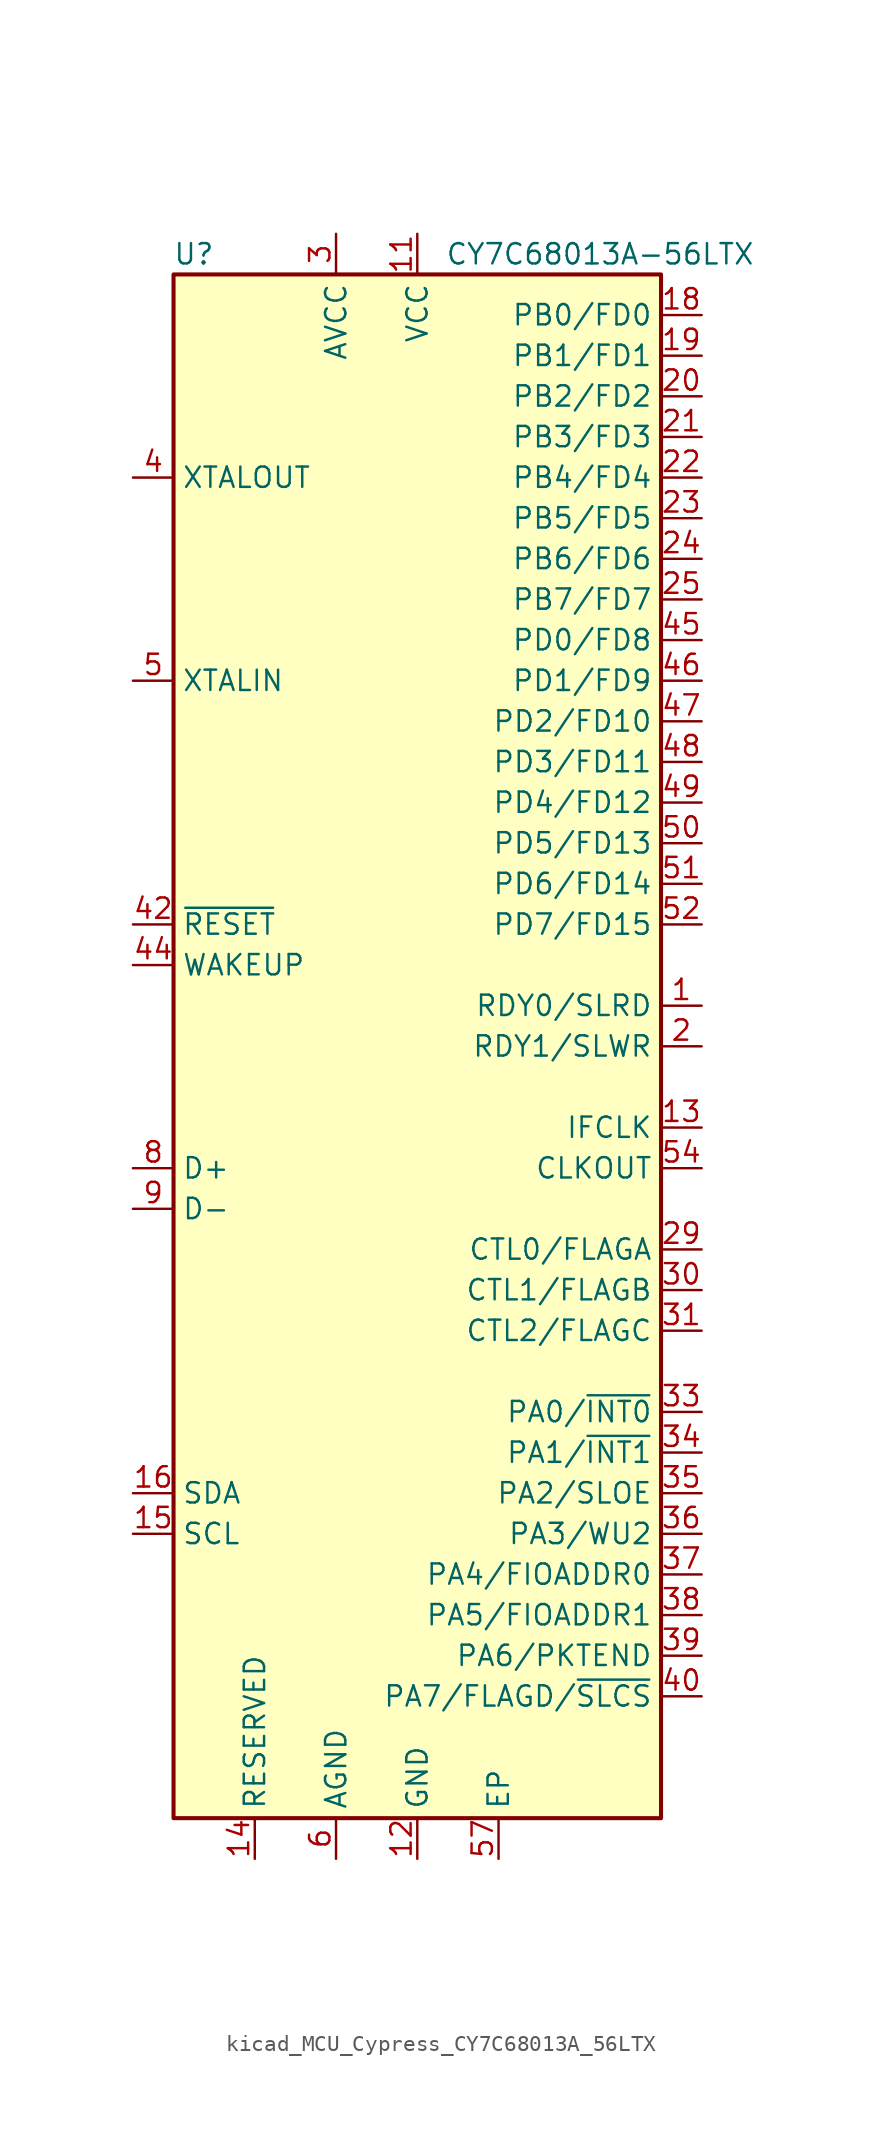
<source format=kicad_sym>
(kicad_symbol_lib
  (version 20220914)
  (generator kicad_symbol_editor)
  (symbol "kicad_MCU_Cypress_CY7C68013A_56LTX"
    (property "Reference" "U"
      (at -13.97 49.53 0)
      (effects (font (size 1.27 1.27))))
    (property "Value" "CY7C68013A-56LTX"
      (at 11.43 49.53 0)
      (effects (font (size 1.27 1.27))))
    (symbol "kicad_MCU_Cypress_CY7C68013A_56LTX_0_1"
      (rectangle (start -15.24 48.26) (end 15.24 -48.26) (stroke (width 0.254) (type default)) (fill (type background))))
    (symbol "kicad_MCU_Cypress_CY7C68013A_56LTX_1_1"
      (pin input line (at 17.78 2.54 180) (length 2.54) (name "RDY0/SLRD" (effects (font (size 1.27 1.27)))) (number "1" (effects (font (size 1.27 1.27)))))
      (pin passive line (at -5.08 -50.8 90) (length 2.54) hide (name "AGND" (effects (font (size 1.27 1.27)))) (number "10" (effects (font (size 1.27 1.27)))))
      (pin power_in line (at 0 50.8 270) (length 2.54) (name "VCC" (effects (font (size 1.27 1.27)))) (number "11" (effects (font (size 1.27 1.27)))))
      (pin power_in line (at 0 -50.8 90) (length 2.54) (name "GND" (effects (font (size 1.27 1.27)))) (number "12" (effects (font (size 1.27 1.27)))))
      (pin bidirectional line (at 17.78 -5.08 180) (length 2.54) (name "IFCLK" (effects (font (size 1.27 1.27)))) (number "13" (effects (font (size 1.27 1.27)))))
      (pin input line (at -10.16 -50.8 90) (length 2.54) (name "RESERVED" (effects (font (size 1.27 1.27)))) (number "14" (effects (font (size 1.27 1.27)))))
      (pin input line (at -17.78 -30.48 0) (length 2.54) (name "SCL" (effects (font (size 1.27 1.27)))) (number "15" (effects (font (size 1.27 1.27)))))
      (pin bidirectional line (at -17.78 -27.94 0) (length 2.54) (name "SDA" (effects (font (size 1.27 1.27)))) (number "16" (effects (font (size 1.27 1.27)))))
      (pin passive line (at 0 50.8 270) (length 2.54) hide (name "VCC" (effects (font (size 1.27 1.27)))) (number "17" (effects (font (size 1.27 1.27)))))
      (pin bidirectional line (at 17.78 45.72 180) (length 2.54) (name "PB0/FD0" (effects (font (size 1.27 1.27)))) (number "18" (effects (font (size 1.27 1.27)))))
      (pin bidirectional line (at 17.78 43.18 180) (length 2.54) (name "PB1/FD1" (effects (font (size 1.27 1.27)))) (number "19" (effects (font (size 1.27 1.27)))))
      (pin input line (at 17.78 0 180) (length 2.54) (name "RDY1/SLWR" (effects (font (size 1.27 1.27)))) (number "2" (effects (font (size 1.27 1.27)))))
      (pin bidirectional line (at 17.78 40.64 180) (length 2.54) (name "PB2/FD2" (effects (font (size 1.27 1.27)))) (number "20" (effects (font (size 1.27 1.27)))))
      (pin bidirectional line (at 17.78 38.1 180) (length 2.54) (name "PB3/FD3" (effects (font (size 1.27 1.27)))) (number "21" (effects (font (size 1.27 1.27)))))
      (pin bidirectional line (at 17.78 35.56 180) (length 2.54) (name "PB4/FD4" (effects (font (size 1.27 1.27)))) (number "22" (effects (font (size 1.27 1.27)))))
      (pin bidirectional line (at 17.78 33.02 180) (length 2.54) (name "PB5/FD5" (effects (font (size 1.27 1.27)))) (number "23" (effects (font (size 1.27 1.27)))))
      (pin bidirectional line (at 17.78 30.48 180) (length 2.54) (name "PB6/FD6" (effects (font (size 1.27 1.27)))) (number "24" (effects (font (size 1.27 1.27)))))
      (pin bidirectional line (at 17.78 27.94 180) (length 2.54) (name "PB7/FD7" (effects (font (size 1.27 1.27)))) (number "25" (effects (font (size 1.27 1.27)))))
      (pin passive line (at 0 -50.8 90) (length 2.54) hide (name "GND" (effects (font (size 1.27 1.27)))) (number "26" (effects (font (size 1.27 1.27)))))
      (pin passive line (at 0 50.8 270) (length 2.54) hide (name "VCC" (effects (font (size 1.27 1.27)))) (number "27" (effects (font (size 1.27 1.27)))))
      (pin passive line (at 0 -50.8 90) (length 2.54) hide (name "GND" (effects (font (size 1.27 1.27)))) (number "28" (effects (font (size 1.27 1.27)))))
      (pin output line (at 17.78 -12.7 180) (length 2.54) (name "CTL0/FLAGA" (effects (font (size 1.27 1.27)))) (number "29" (effects (font (size 1.27 1.27)))))
      (pin power_in line (at -5.08 50.8 270) (length 2.54) (name "AVCC" (effects (font (size 1.27 1.27)))) (number "3" (effects (font (size 1.27 1.27)))))
      (pin output line (at 17.78 -15.24 180) (length 2.54) (name "CTL1/FLAGB" (effects (font (size 1.27 1.27)))) (number "30" (effects (font (size 1.27 1.27)))))
      (pin output line (at 17.78 -17.78 180) (length 2.54) (name "CTL2/FLAGC" (effects (font (size 1.27 1.27)))) (number "31" (effects (font (size 1.27 1.27)))))
      (pin passive line (at 0 50.8 270) (length 2.54) hide (name "VCC" (effects (font (size 1.27 1.27)))) (number "32" (effects (font (size 1.27 1.27)))))
      (pin bidirectional line (at 17.78 -22.86 180) (length 2.54) (name "PA0/~{INT0}" (effects (font (size 1.27 1.27)))) (number "33" (effects (font (size 1.27 1.27)))))
      (pin bidirectional line (at 17.78 -25.4 180) (length 2.54) (name "PA1/~{INT1}" (effects (font (size 1.27 1.27)))) (number "34" (effects (font (size 1.27 1.27)))))
      (pin bidirectional line (at 17.78 -27.94 180) (length 2.54) (name "PA2/SLOE" (effects (font (size 1.27 1.27)))) (number "35" (effects (font (size 1.27 1.27)))))
      (pin bidirectional line (at 17.78 -30.48 180) (length 2.54) (name "PA3/WU2" (effects (font (size 1.27 1.27)))) (number "36" (effects (font (size 1.27 1.27)))))
      (pin bidirectional line (at 17.78 -33.02 180) (length 2.54) (name "PA4/FIOADDR0" (effects (font (size 1.27 1.27)))) (number "37" (effects (font (size 1.27 1.27)))))
      (pin bidirectional line (at 17.78 -35.56 180) (length 2.54) (name "PA5/FIOADDR1" (effects (font (size 1.27 1.27)))) (number "38" (effects (font (size 1.27 1.27)))))
      (pin bidirectional line (at 17.78 -38.1 180) (length 2.54) (name "PA6/PKTEND" (effects (font (size 1.27 1.27)))) (number "39" (effects (font (size 1.27 1.27)))))
      (pin output line (at -17.78 35.56 0) (length 2.54) (name "XTALOUT" (effects (font (size 1.27 1.27)))) (number "4" (effects (font (size 1.27 1.27)))))
      (pin bidirectional line (at 17.78 -40.64 180) (length 2.54) (name "PA7/FLAGD/~{SLCS}" (effects (font (size 1.27 1.27)))) (number "40" (effects (font (size 1.27 1.27)))))
      (pin passive line (at 0 -50.8 90) (length 2.54) hide (name "GND" (effects (font (size 1.27 1.27)))) (number "41" (effects (font (size 1.27 1.27)))))
      (pin input line (at -17.78 7.62 0) (length 2.54) (name "~{RESET}" (effects (font (size 1.27 1.27)))) (number "42" (effects (font (size 1.27 1.27)))))
      (pin passive line (at 0 50.8 270) (length 2.54) hide (name "VCC" (effects (font (size 1.27 1.27)))) (number "43" (effects (font (size 1.27 1.27)))))
      (pin input line (at -17.78 5.08 0) (length 2.54) (name "WAKEUP" (effects (font (size 1.27 1.27)))) (number "44" (effects (font (size 1.27 1.27)))))
      (pin bidirectional line (at 17.78 25.4 180) (length 2.54) (name "PD0/FD8" (effects (font (size 1.27 1.27)))) (number "45" (effects (font (size 1.27 1.27)))))
      (pin bidirectional line (at 17.78 22.86 180) (length 2.54) (name "PD1/FD9" (effects (font (size 1.27 1.27)))) (number "46" (effects (font (size 1.27 1.27)))))
      (pin bidirectional line (at 17.78 20.32 180) (length 2.54) (name "PD2/FD10" (effects (font (size 1.27 1.27)))) (number "47" (effects (font (size 1.27 1.27)))))
      (pin bidirectional line (at 17.78 17.78 180) (length 2.54) (name "PD3/FD11" (effects (font (size 1.27 1.27)))) (number "48" (effects (font (size 1.27 1.27)))))
      (pin bidirectional line (at 17.78 15.24 180) (length 2.54) (name "PD4/FD12" (effects (font (size 1.27 1.27)))) (number "49" (effects (font (size 1.27 1.27)))))
      (pin input line (at -17.78 22.86 0) (length 2.54) (name "XTALIN" (effects (font (size 1.27 1.27)))) (number "5" (effects (font (size 1.27 1.27)))))
      (pin bidirectional line (at 17.78 12.7 180) (length 2.54) (name "PD5/FD13" (effects (font (size 1.27 1.27)))) (number "50" (effects (font (size 1.27 1.27)))))
      (pin bidirectional line (at 17.78 10.16 180) (length 2.54) (name "PD6/FD14" (effects (font (size 1.27 1.27)))) (number "51" (effects (font (size 1.27 1.27)))))
      (pin bidirectional line (at 17.78 7.62 180) (length 2.54) (name "PD7/FD15" (effects (font (size 1.27 1.27)))) (number "52" (effects (font (size 1.27 1.27)))))
      (pin passive line (at 0 -50.8 90) (length 2.54) hide (name "GND" (effects (font (size 1.27 1.27)))) (number "53" (effects (font (size 1.27 1.27)))))
      (pin output line (at 17.78 -7.62 180) (length 2.54) (name "CLKOUT" (effects (font (size 1.27 1.27)))) (number "54" (effects (font (size 1.27 1.27)))))
      (pin passive line (at 0 50.8 270) (length 2.54) hide (name "VCC" (effects (font (size 1.27 1.27)))) (number "55" (effects (font (size 1.27 1.27)))))
      (pin passive line (at 0 -50.8 90) (length 2.54) hide (name "GND" (effects (font (size 1.27 1.27)))) (number "56" (effects (font (size 1.27 1.27)))))
      (pin input line (at 5.08 -50.8 90) (length 2.54) (name "EP" (effects (font (size 1.27 1.27)))) (number "57" (effects (font (size 1.27 1.27)))))
      (pin power_in line (at -5.08 -50.8 90) (length 2.54) (name "AGND" (effects (font (size 1.27 1.27)))) (number "6" (effects (font (size 1.27 1.27)))))
      (pin passive line (at -5.08 50.8 270) (length 2.54) hide (name "AVCC" (effects (font (size 1.27 1.27)))) (number "7" (effects (font (size 1.27 1.27)))))
      (pin bidirectional line (at -17.78 -7.62 0) (length 2.54) (name "D+" (effects (font (size 1.27 1.27)))) (number "8" (effects (font (size 1.27 1.27)))))
      (pin bidirectional line (at -17.78 -10.16 0) (length 2.54) (name "D-" (effects (font (size 1.27 1.27)))) (number "9" (effects (font (size 1.27 1.27))))))))
</source>
